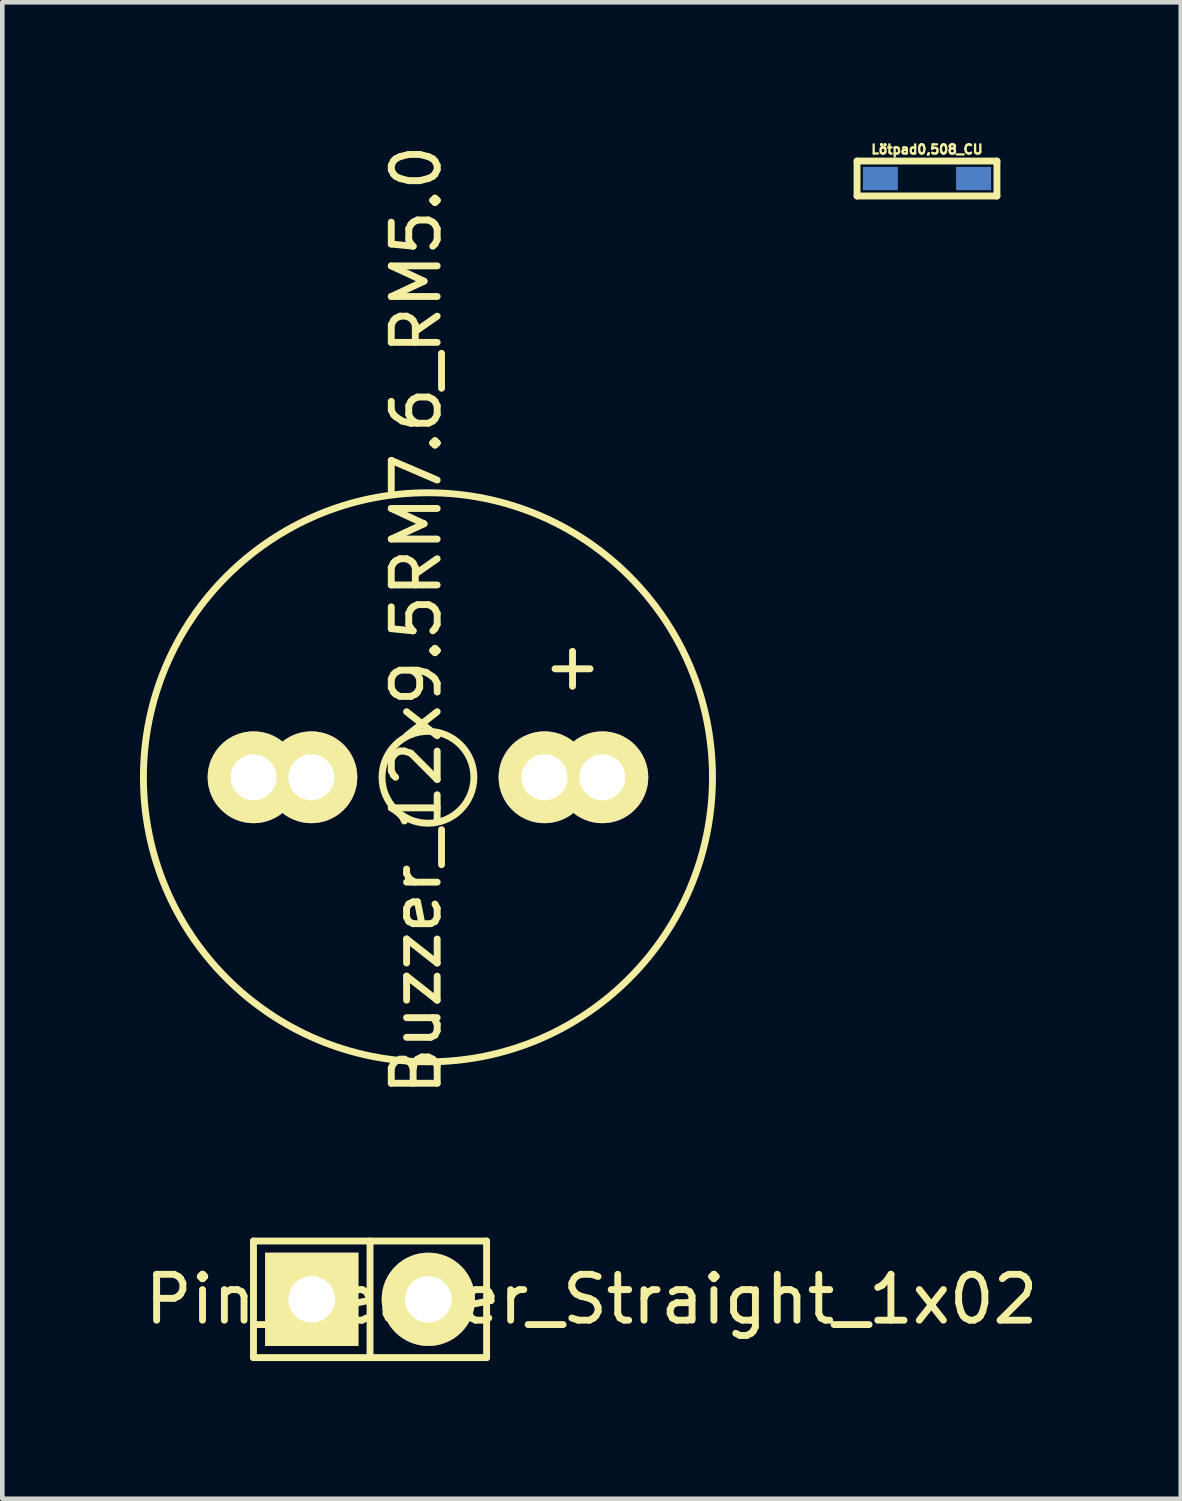
<source format=kicad_pcb>
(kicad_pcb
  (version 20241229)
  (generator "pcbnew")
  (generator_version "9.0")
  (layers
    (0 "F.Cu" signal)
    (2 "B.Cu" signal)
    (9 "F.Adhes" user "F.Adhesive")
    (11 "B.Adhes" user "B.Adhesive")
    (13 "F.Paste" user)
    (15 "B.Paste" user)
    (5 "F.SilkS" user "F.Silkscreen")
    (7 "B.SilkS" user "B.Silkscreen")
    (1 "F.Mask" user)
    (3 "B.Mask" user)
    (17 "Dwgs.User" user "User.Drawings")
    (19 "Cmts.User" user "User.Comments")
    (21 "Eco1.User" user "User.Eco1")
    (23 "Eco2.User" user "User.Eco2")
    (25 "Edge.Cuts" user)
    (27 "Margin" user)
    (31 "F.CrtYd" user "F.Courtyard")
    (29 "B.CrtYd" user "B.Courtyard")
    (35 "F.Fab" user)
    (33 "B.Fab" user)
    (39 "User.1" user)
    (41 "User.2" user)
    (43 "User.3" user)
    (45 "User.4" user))
  (footprint "Pin_Header_Straight_1x02"
    (layer "F.Cu")
    (at 5.013 25.262)
    (property "Reference" "Pin_Header_Straight_1x02" (at 4.826 0 0) (layer "F.SilkS") (effects (font (size 1 1) (thickness 0.15))))
    (attr through_hole)
    (fp_line (start -2.54 -1.27) (end -2.54 1.27) (stroke (width 0.15) (type solid)) (layer "F.SilkS"))
    (fp_line (start -2.54 1.27) (end 0 1.27) (stroke (width 0.15) (type solid)) (layer "F.SilkS"))
    (fp_line (start 0 -1.27) (end 0 1.27) (stroke (width 0.15) (type solid)) (layer "F.SilkS"))
    (fp_line (start 0 1.27) (end 2.54 1.27) (stroke (width 0.15) (type solid)) (layer "F.SilkS"))
    (fp_line (start 2.54 -1.27) (end -2.54 -1.27) (stroke (width 0.15) (type solid)) (layer "F.SilkS"))
    (fp_line (start 2.54 1.27) (end 2.54 -1.27) (stroke (width 0.15) (type solid)) (layer "F.SilkS"))
    (pad "1" thru_hole rect (at -1.27 0) (size 2.032 2.032) (drill 1.016) (layers "*.Cu" "*.Mask" "F.SilkS"))
    (pad "2" thru_hole oval (at 1.27 0) (size 2.032 2.032) (drill 1.016) (layers "*.Cu" "*.Mask" "F.SilkS")))
  (footprint "Lötpad0,508_CU"
    (layer "F.Cu")
    (at 17.149 0.84)
    (property "Reference" "Lötpad0,508_CU" (at 0 -0.635 0) (layer "F.SilkS") (effects (font (size 0.2 0.2) (thickness 0.05))))
    (attr through_hole)
    (fp_line (start -1.524 -0.381) (end -1.524 0.381) (stroke (width 0.15) (type solid)) (layer "F.SilkS"))
    (fp_line (start -1.524 0.381) (end 1.524 0.381) (stroke (width 0.15) (type solid)) (layer "F.SilkS"))
    (fp_line (start 1.524 -0.381) (end -1.524 -0.381) (stroke (width 0.15) (type solid)) (layer "F.SilkS"))
    (fp_line (start 1.524 0.381) (end 1.524 -0.381) (stroke (width 0.15) (type solid)) (layer "F.SilkS"))
    (pad "1" smd rect (at -1.016 0) (size 0.762 0.508) (layers "F.Mask" "B.Cu" "F.Paste"))
    (pad "2" smd rect (at 1.016 0) (size 0.762 0.508) (layers "F.Mask" "B.Cu" "F.Paste")))
  (footprint "Buzzer_12x9.5RM7.6_RM5.0"
    (layer "F.Cu")
    (at 6.275 13.887)
    (property "Reference" "Buzzer_12x9.5RM7.6_RM5.0" (at -0.254 -3.429 90) (layer "F.SilkS") (effects (font (size 1 1) (thickness 0.15))))
    (attr through_hole)
    (fp_circle (center 0 0) (end 1.001 0) (stroke (width 0.15) (type solid)) (fill no) (layer "F.SilkS"))
    (fp_circle (center 0 0) (end 6.2 0) (stroke (width 0.15) (type solid)) (fill no) (layer "F.SilkS"))
    (fp_text user "+" (at 3.15 -2.438 0) (layer "F.SilkS") (effects (font (size 1 1) (thickness 0.15))))
    (pad "1" thru_hole circle (at -3.8 0) (size 2 2) (drill 1.001) (layers "*.Cu" "*.Mask" "F.SilkS"))
    (pad "1" thru_hole circle (at -2.54 0) (size 2 2) (drill 1.001) (layers "*.Cu" "*.Mask" "F.SilkS"))
    (pad "2" thru_hole circle (at 2.54 0) (size 2 2) (drill 1.001) (layers "*.Cu" "*.Mask" "F.SilkS"))
    (pad "2" thru_hole circle (at 3.8 0) (size 2 2) (drill 1.001) (layers "*.Cu" "*.Mask" "F.SilkS")))
  (gr_rect
    (start -3 -3)
    (end 22.679 29.607)
    (stroke (width 0.1) (type default))
    (fill no)
    (layer "Edge.Cuts")))
</source>
